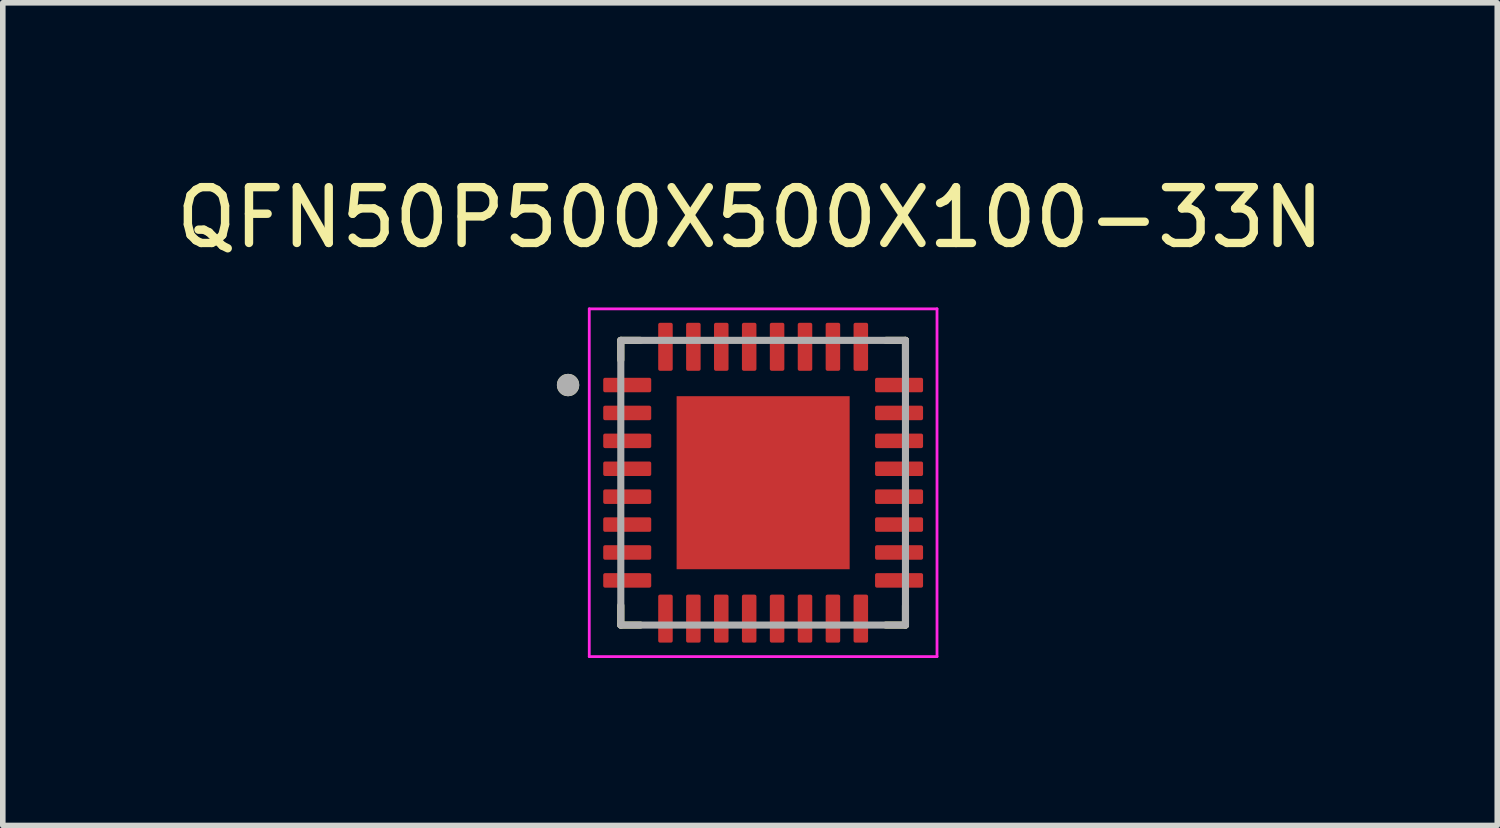
<source format=kicad_pcb>
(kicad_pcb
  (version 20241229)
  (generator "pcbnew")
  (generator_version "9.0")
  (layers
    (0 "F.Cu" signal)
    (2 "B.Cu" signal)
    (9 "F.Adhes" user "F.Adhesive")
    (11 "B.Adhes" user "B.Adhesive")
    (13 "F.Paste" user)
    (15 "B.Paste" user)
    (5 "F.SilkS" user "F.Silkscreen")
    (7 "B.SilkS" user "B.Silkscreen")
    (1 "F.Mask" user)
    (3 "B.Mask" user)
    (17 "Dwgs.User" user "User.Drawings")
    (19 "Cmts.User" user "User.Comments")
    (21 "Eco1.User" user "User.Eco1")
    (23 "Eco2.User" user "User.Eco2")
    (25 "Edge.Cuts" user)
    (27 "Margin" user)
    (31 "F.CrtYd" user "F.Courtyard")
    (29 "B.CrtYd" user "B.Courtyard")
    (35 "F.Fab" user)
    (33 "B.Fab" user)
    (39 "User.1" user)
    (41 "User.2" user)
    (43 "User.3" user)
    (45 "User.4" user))
  (footprint "QFN50P500X500X100-33N"
    (layer "F.Cu")
    (at 10.622 5.598)
    (property "Reference" "QFN50P500X500X100-33N" (at -0.235 -4.75 0) (layer "F.SilkS") (effects (font (size 1 1) (thickness 0.15))))
    (attr smd)
    (fp_line (start -2.55 -2.55) (end -2.55 -2.2) (stroke (width 0.127) (type solid)) (layer "F.SilkS"))
    (fp_line (start -2.55 -2.55) (end -2.2 -2.55) (stroke (width 0.127) (type solid)) (layer "F.SilkS"))
    (fp_line (start -2.55 2.55) (end -2.55 2.2) (stroke (width 0.127) (type solid)) (layer "F.SilkS"))
    (fp_line (start -2.55 2.55) (end -2.2 2.55) (stroke (width 0.127) (type solid)) (layer "F.SilkS"))
    (fp_line (start 2.55 -2.55) (end 2.2 -2.55) (stroke (width 0.127) (type solid)) (layer "F.SilkS"))
    (fp_line (start 2.55 -2.55) (end 2.55 -2.2) (stroke (width 0.127) (type solid)) (layer "F.SilkS"))
    (fp_line (start 2.55 2.55) (end 2.2 2.55) (stroke (width 0.127) (type solid)) (layer "F.SilkS"))
    (fp_line (start 2.55 2.55) (end 2.55 2.2) (stroke (width 0.127) (type solid)) (layer "F.SilkS"))
    (fp_circle (center -3.495 -1.75) (end -3.395 -1.75) (stroke (width 0.2) (type solid)) (fill no) (layer "F.SilkS"))
    (fp_poly (pts (xy -0.98 -0.98) (xy 0.98 -0.98) (xy 0.98 0.98) (xy -0.98 0.98)) (stroke (width 0.01) (type solid)) (fill yes) (layer "F.Paste"))
    (fp_line (start -3.115 -3.115) (end 3.115 -3.115) (stroke (width 0.05) (type solid)) (layer "F.CrtYd"))
    (fp_line (start -3.115 3.115) (end -3.115 -3.115) (stroke (width 0.05) (type solid)) (layer "F.CrtYd"))
    (fp_line (start -3.115 3.115) (end 3.115 3.115) (stroke (width 0.05) (type solid)) (layer "F.CrtYd"))
    (fp_line (start 3.115 3.115) (end 3.115 -3.115) (stroke (width 0.05) (type solid)) (layer "F.CrtYd"))
    (fp_line (start -2.55 2.55) (end -2.55 -2.55) (stroke (width 0.127) (type solid)) (layer "F.Fab"))
    (fp_line (start 2.55 -2.55) (end -2.55 -2.55) (stroke (width 0.127) (type solid)) (layer "F.Fab"))
    (fp_line (start 2.55 2.55) (end -2.55 2.55) (stroke (width 0.127) (type solid)) (layer "F.Fab"))
    (fp_line (start 2.55 2.55) (end 2.55 -2.55) (stroke (width 0.127) (type solid)) (layer "F.Fab"))
    (fp_circle (center -3.495 -1.75) (end -3.395 -1.75) (stroke (width 0.2) (type solid)) (fill no) (layer "F.Fab"))
    (pad "1" smd roundrect (at -2.435 -1.75) (size 0.86 0.26) (layers "F.Cu" "F.Mask" "F.Paste") (roundrect_rratio 0.125))
    (pad "2" smd roundrect (at -2.435 -1.25) (size 0.86 0.26) (layers "F.Cu" "F.Mask" "F.Paste") (roundrect_rratio 0.125))
    (pad "3" smd roundrect (at -2.435 -0.75) (size 0.86 0.26) (layers "F.Cu" "F.Mask" "F.Paste") (roundrect_rratio 0.125))
    (pad "4" smd roundrect (at -2.435 -0.25) (size 0.86 0.26) (layers "F.Cu" "F.Mask" "F.Paste") (roundrect_rratio 0.125))
    (pad "5" smd roundrect (at -2.435 0.25) (size 0.86 0.26) (layers "F.Cu" "F.Mask" "F.Paste") (roundrect_rratio 0.125))
    (pad "6" smd roundrect (at -2.435 0.75) (size 0.86 0.26) (layers "F.Cu" "F.Mask" "F.Paste") (roundrect_rratio 0.125))
    (pad "7" smd roundrect (at -2.435 1.25) (size 0.86 0.26) (layers "F.Cu" "F.Mask" "F.Paste") (roundrect_rratio 0.125))
    (pad "8" smd roundrect (at -2.435 1.75) (size 0.86 0.26) (layers "F.Cu" "F.Mask" "F.Paste") (roundrect_rratio 0.125))
    (pad "9" smd roundrect (at -1.75 2.435) (size 0.26 0.86) (layers "F.Cu" "F.Mask" "F.Paste") (roundrect_rratio 0.125))
    (pad "10" smd roundrect (at -1.25 2.435) (size 0.26 0.86) (layers "F.Cu" "F.Mask" "F.Paste") (roundrect_rratio 0.125))
    (pad "11" smd roundrect (at -0.75 2.435) (size 0.26 0.86) (layers "F.Cu" "F.Mask" "F.Paste") (roundrect_rratio 0.125))
    (pad "12" smd roundrect (at -0.25 2.435) (size 0.26 0.86) (layers "F.Cu" "F.Mask" "F.Paste") (roundrect_rratio 0.125))
    (pad "13" smd roundrect (at 0.25 2.435) (size 0.26 0.86) (layers "F.Cu" "F.Mask" "F.Paste") (roundrect_rratio 0.125))
    (pad "14" smd roundrect (at 0.75 2.435) (size 0.26 0.86) (layers "F.Cu" "F.Mask" "F.Paste") (roundrect_rratio 0.125))
    (pad "15" smd roundrect (at 1.25 2.435) (size 0.26 0.86) (layers "F.Cu" "F.Mask" "F.Paste") (roundrect_rratio 0.125))
    (pad "16" smd roundrect (at 1.75 2.435) (size 0.26 0.86) (layers "F.Cu" "F.Mask" "F.Paste") (roundrect_rratio 0.125))
    (pad "17" smd roundrect (at 2.435 1.75) (size 0.86 0.26) (layers "F.Cu" "F.Mask" "F.Paste") (roundrect_rratio 0.125))
    (pad "18" smd roundrect (at 2.435 1.25) (size 0.86 0.26) (layers "F.Cu" "F.Mask" "F.Paste") (roundrect_rratio 0.125))
    (pad "19" smd roundrect (at 2.435 0.75) (size 0.86 0.26) (layers "F.Cu" "F.Mask" "F.Paste") (roundrect_rratio 0.125))
    (pad "20" smd roundrect (at 2.435 0.25) (size 0.86 0.26) (layers "F.Cu" "F.Mask" "F.Paste") (roundrect_rratio 0.125))
    (pad "21" smd roundrect (at 2.435 -0.25) (size 0.86 0.26) (layers "F.Cu" "F.Mask" "F.Paste") (roundrect_rratio 0.125))
    (pad "22" smd roundrect (at 2.435 -0.75) (size 0.86 0.26) (layers "F.Cu" "F.Mask" "F.Paste") (roundrect_rratio 0.125))
    (pad "23" smd roundrect (at 2.435 -1.25) (size 0.86 0.26) (layers "F.Cu" "F.Mask" "F.Paste") (roundrect_rratio 0.125))
    (pad "24" smd roundrect (at 2.435 -1.75) (size 0.86 0.26) (layers "F.Cu" "F.Mask" "F.Paste") (roundrect_rratio 0.125))
    (pad "25" smd roundrect (at 1.75 -2.435) (size 0.26 0.86) (layers "F.Cu" "F.Mask" "F.Paste") (roundrect_rratio 0.125))
    (pad "26" smd roundrect (at 1.25 -2.435) (size 0.26 0.86) (layers "F.Cu" "F.Mask" "F.Paste") (roundrect_rratio 0.125))
    (pad "27" smd roundrect (at 0.75 -2.435) (size 0.26 0.86) (layers "F.Cu" "F.Mask" "F.Paste") (roundrect_rratio 0.125))
    (pad "28" smd roundrect (at 0.25 -2.435) (size 0.26 0.86) (layers "F.Cu" "F.Mask" "F.Paste") (roundrect_rratio 0.125))
    (pad "29" smd roundrect (at -0.25 -2.435) (size 0.26 0.86) (layers "F.Cu" "F.Mask" "F.Paste") (roundrect_rratio 0.125))
    (pad "30" smd roundrect (at -0.75 -2.435) (size 0.26 0.86) (layers "F.Cu" "F.Mask" "F.Paste") (roundrect_rratio 0.125))
    (pad "31" smd roundrect (at -1.25 -2.435) (size 0.26 0.86) (layers "F.Cu" "F.Mask" "F.Paste") (roundrect_rratio 0.125))
    (pad "32" smd roundrect (at -1.75 -2.435) (size 0.26 0.86) (layers "F.Cu" "F.Mask" "F.Paste") (roundrect_rratio 0.125))
    (pad "33" smd rect (at 0 0) (size 3.1 3.1) (layers "F.Cu" "F.Mask")))
  (gr_rect
    (start -3 -3)
    (end 23.774 11.738)
    (stroke (width 0.1) (type default))
    (fill no)
    (layer "Edge.Cuts")))
</source>
